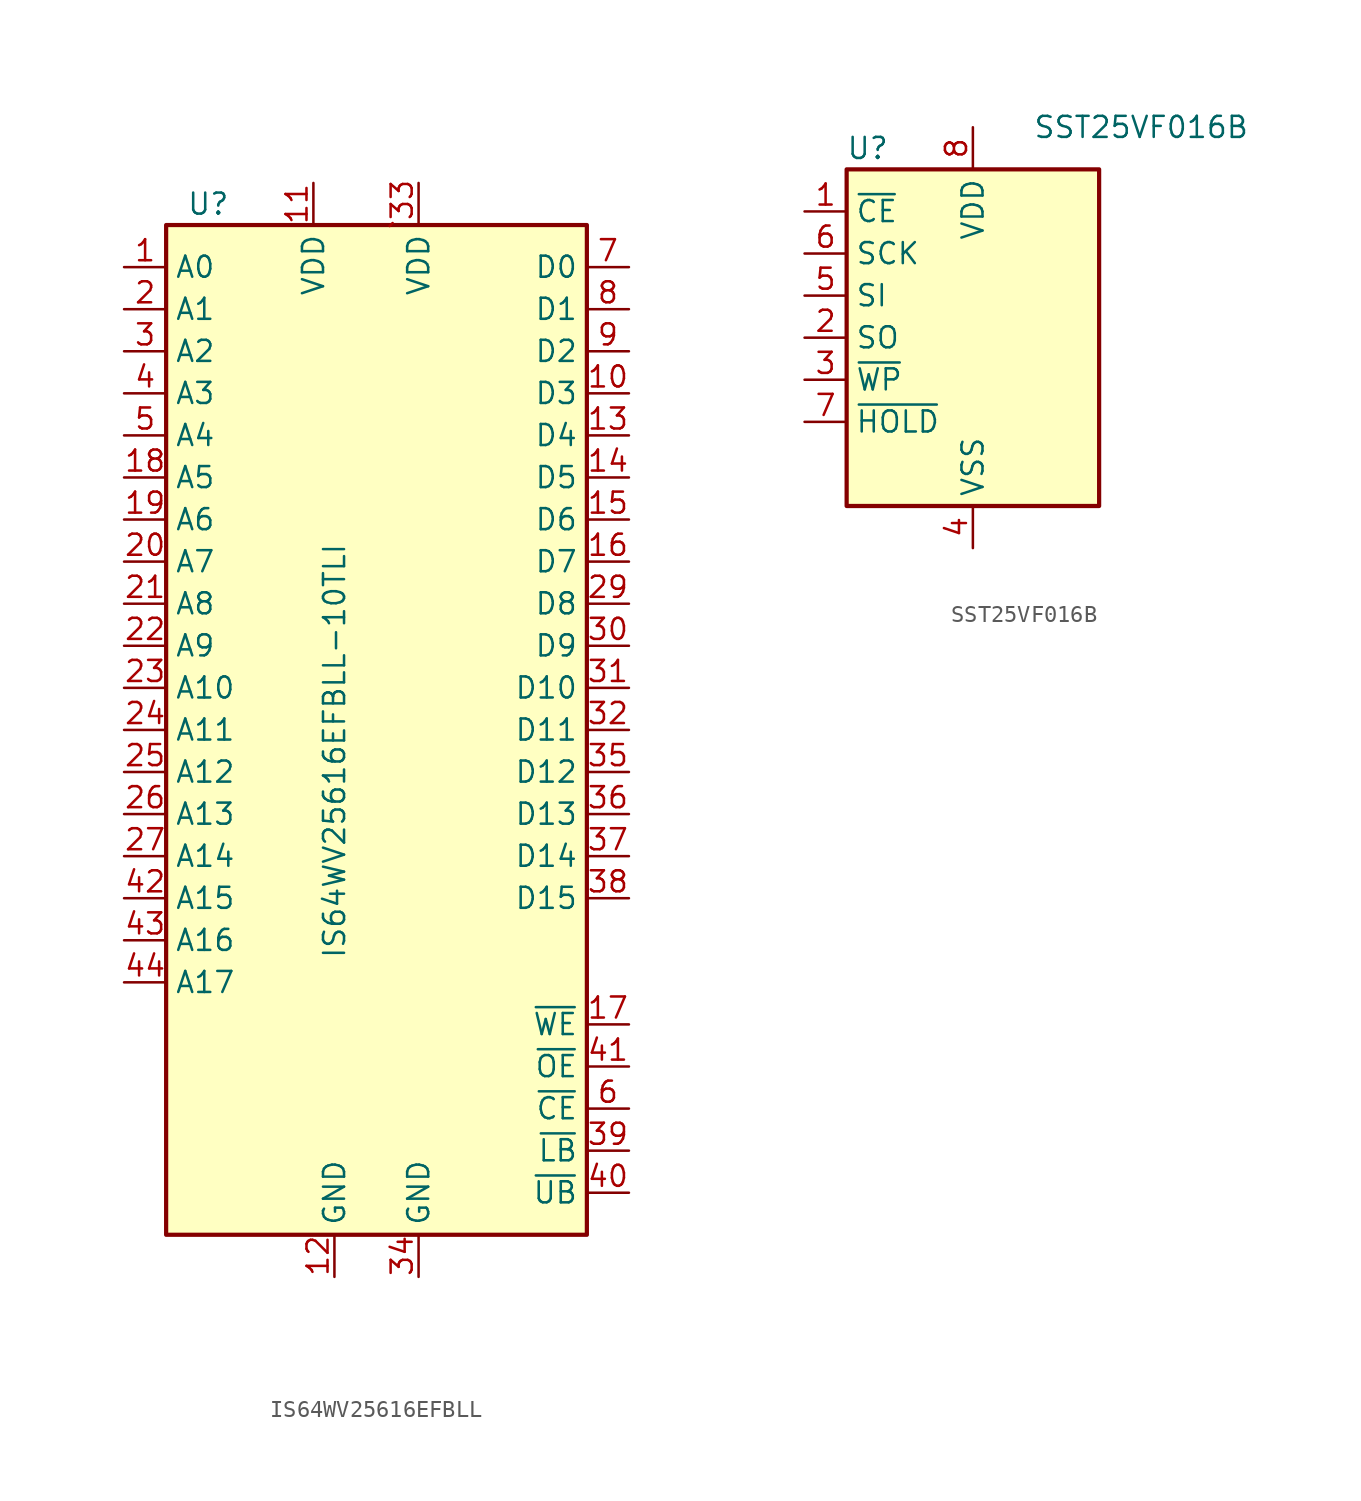
<source format=kicad_sym>
(kicad_symbol_lib
  (version 20220914)
  (generator kicad_symbol_editor)
  (symbol "IS64WV25616EFBLL"
    (property "Reference" "U"
      (at -10.16 31.75 0)
      (effects (font (size 1.27 1.27))))
    (property "Value" "IS64WV25616EFBLL-10TLI"
      (at -2.54 -1.27 90)
      (effects (font (size 1.27 1.27))))
    (symbol "IS64WV25616EFBLL_0_1"
      (rectangle (start -12.7 30.48) (end 12.7 -30.48) (stroke (width 0.254) (type default)) (fill (type background))))
    (symbol "IS64WV25616EFBLL_1_1"
      (pin input line (at -15.24 27.94 0) (length 2.54) (name "A0" (effects (font (size 1.27 1.27)))) (number "1" (effects (font (size 1.27 1.27)))))
      (pin bidirectional line (at 15.24 20.32 180) (length 2.54) (name "D3" (effects (font (size 1.27 1.27)))) (number "10" (effects (font (size 1.27 1.27)))))
      (pin power_in line (at -3.81 33.02 270) (length 2.54) (name "VDD" (effects (font (size 1.27 1.27)))) (number "11" (effects (font (size 1.27 1.27)))))
      (pin power_in line (at -2.54 -33.02 90) (length 2.54) (name "GND" (effects (font (size 1.27 1.27)))) (number "12" (effects (font (size 1.27 1.27)))))
      (pin bidirectional line (at 15.24 17.78 180) (length 2.54) (name "D4" (effects (font (size 1.27 1.27)))) (number "13" (effects (font (size 1.27 1.27)))))
      (pin bidirectional line (at 15.24 15.24 180) (length 2.54) (name "D5" (effects (font (size 1.27 1.27)))) (number "14" (effects (font (size 1.27 1.27)))))
      (pin bidirectional line (at 15.24 12.7 180) (length 2.54) (name "D6" (effects (font (size 1.27 1.27)))) (number "15" (effects (font (size 1.27 1.27)))))
      (pin bidirectional line (at 15.24 10.16 180) (length 2.54) (name "D7" (effects (font (size 1.27 1.27)))) (number "16" (effects (font (size 1.27 1.27)))))
      (pin input line (at 15.24 -17.78 180) (length 2.54) (name "~{WE}" (effects (font (size 1.27 1.27)))) (number "17" (effects (font (size 1.27 1.27)))))
      (pin input line (at -15.24 15.24 0) (length 2.54) (name "A5" (effects (font (size 1.27 1.27)))) (number "18" (effects (font (size 1.27 1.27)))))
      (pin input line (at -15.24 12.7 0) (length 2.54) (name "A6" (effects (font (size 1.27 1.27)))) (number "19" (effects (font (size 1.27 1.27)))))
      (pin input line (at -15.24 25.4 0) (length 2.54) (name "A1" (effects (font (size 1.27 1.27)))) (number "2" (effects (font (size 1.27 1.27)))))
      (pin input line (at -15.24 10.16 0) (length 2.54) (name "A7" (effects (font (size 1.27 1.27)))) (number "20" (effects (font (size 1.27 1.27)))))
      (pin input line (at -15.24 7.62 0) (length 2.54) (name "A8" (effects (font (size 1.27 1.27)))) (number "21" (effects (font (size 1.27 1.27)))))
      (pin input line (at -15.24 5.08 0) (length 2.54) (name "A9" (effects (font (size 1.27 1.27)))) (number "22" (effects (font (size 1.27 1.27)))))
      (pin input line (at -15.24 2.54 0) (length 2.54) (name "A10" (effects (font (size 1.27 1.27)))) (number "23" (effects (font (size 1.27 1.27)))))
      (pin input line (at -15.24 0 0) (length 2.54) (name "A11" (effects (font (size 1.27 1.27)))) (number "24" (effects (font (size 1.27 1.27)))))
      (pin input line (at -15.24 -2.54 0) (length 2.54) (name "A12" (effects (font (size 1.27 1.27)))) (number "25" (effects (font (size 1.27 1.27)))))
      (pin input line (at -15.24 -5.08 0) (length 2.54) (name "A13" (effects (font (size 1.27 1.27)))) (number "26" (effects (font (size 1.27 1.27)))))
      (pin input line (at -15.24 -7.62 0) (length 2.54) (name "A14" (effects (font (size 1.27 1.27)))) (number "27" (effects (font (size 1.27 1.27)))))
      (pin no_connect line (at 15.24 -13.97 180) (length 2.54) hide (name "NC" (effects (font (size 1.27 1.27)))) (number "28" (effects (font (size 1.27 1.27)))))
      (pin bidirectional line (at 15.24 7.62 180) (length 2.54) (name "D8" (effects (font (size 1.27 1.27)))) (number "29" (effects (font (size 1.27 1.27)))))
      (pin input line (at -15.24 22.86 0) (length 2.54) (name "A2" (effects (font (size 1.27 1.27)))) (number "3" (effects (font (size 1.27 1.27)))))
      (pin bidirectional line (at 15.24 5.08 180) (length 2.54) (name "D9" (effects (font (size 1.27 1.27)))) (number "30" (effects (font (size 1.27 1.27)))))
      (pin bidirectional line (at 15.24 2.54 180) (length 2.54) (name "D10" (effects (font (size 1.27 1.27)))) (number "31" (effects (font (size 1.27 1.27)))))
      (pin bidirectional line (at 15.24 0 180) (length 2.54) (name "D11" (effects (font (size 1.27 1.27)))) (number "32" (effects (font (size 1.27 1.27)))))
      (pin power_in line (at 2.54 -33.02 90) (length 2.54) (name "GND" (effects (font (size 1.27 1.27)))) (number "34" (effects (font (size 1.27 1.27)))))
      (pin bidirectional line (at 15.24 -2.54 180) (length 2.54) (name "D12" (effects (font (size 1.27 1.27)))) (number "35" (effects (font (size 1.27 1.27)))))
      (pin bidirectional line (at 15.24 -5.08 180) (length 2.54) (name "D13" (effects (font (size 1.27 1.27)))) (number "36" (effects (font (size 1.27 1.27)))))
      (pin bidirectional line (at 15.24 -7.62 180) (length 2.54) (name "D14" (effects (font (size 1.27 1.27)))) (number "37" (effects (font (size 1.27 1.27)))))
      (pin bidirectional line (at 15.24 -10.16 180) (length 2.54) (name "D15" (effects (font (size 1.27 1.27)))) (number "38" (effects (font (size 1.27 1.27)))))
      (pin input line (at 15.24 -25.4 180) (length 2.54) (name "~{LB}" (effects (font (size 1.27 1.27)))) (number "39" (effects (font (size 1.27 1.27)))))
      (pin input line (at -15.24 20.32 0) (length 2.54) (name "A3" (effects (font (size 1.27 1.27)))) (number "4" (effects (font (size 1.27 1.27)))))
      (pin input line (at 15.24 -27.94 180) (length 2.54) (name "~{UB}" (effects (font (size 1.27 1.27)))) (number "40" (effects (font (size 1.27 1.27)))))
      (pin input line (at 15.24 -20.32 180) (length 2.54) (name "~{OE}" (effects (font (size 1.27 1.27)))) (number "41" (effects (font (size 1.27 1.27)))))
      (pin input line (at -15.24 -10.16 0) (length 2.54) (name "A15" (effects (font (size 1.27 1.27)))) (number "42" (effects (font (size 1.27 1.27)))))
      (pin input line (at -15.24 -12.7 0) (length 2.54) (name "A16" (effects (font (size 1.27 1.27)))) (number "43" (effects (font (size 1.27 1.27)))))
      (pin input line (at -15.24 -15.24 0) (length 2.54) (name "A17" (effects (font (size 1.27 1.27)))) (number "44" (effects (font (size 1.27 1.27)))))
      (pin input line (at -15.24 17.78 0) (length 2.54) (name "A4" (effects (font (size 1.27 1.27)))) (number "5" (effects (font (size 1.27 1.27)))))
      (pin input line (at 15.24 -22.86 180) (length 2.54) (name "~{CE}" (effects (font (size 1.27 1.27)))) (number "6" (effects (font (size 1.27 1.27)))))
      (pin bidirectional line (at 15.24 27.94 180) (length 2.54) (name "D0" (effects (font (size 1.27 1.27)))) (number "7" (effects (font (size 1.27 1.27)))))
      (pin bidirectional line (at 15.24 25.4 180) (length 2.54) (name "D1" (effects (font (size 1.27 1.27)))) (number "8" (effects (font (size 1.27 1.27)))))
      (pin bidirectional line (at 15.24 22.86 180) (length 2.54) (name "D2" (effects (font (size 1.27 1.27)))) (number "9" (effects (font (size 1.27 1.27)))))
      (pin power_in line (at 2.54 33.02 270) (length 2.54) (name "VDD" (effects (font (size 1.27 1.27)))) (number "`33" (effects (font (size 1.27 1.27)))))))
  (symbol "SST25VF016B"
    (property "Reference" "U"
      (at -6.35 11.43 0)
      (effects (font (size 1.27 1.27))))
    (property "Value" "SST25VF016B"
      (at 10.16 12.7 0)
      (effects (font (size 1.27 1.27))))
    (symbol "SST25VF016B_0_1"
      (rectangle (start -7.62 10.16) (end 7.62 -10.16) (stroke (width 0.254) (type default)) (fill (type background))))
    (symbol "SST25VF016B_1_1"
      (pin input line (at -10.16 7.62 0) (length 2.54) (name "~{CE}" (effects (font (size 1.27 1.27)))) (number "1" (effects (font (size 1.27 1.27)))))
      (pin output line (at -10.16 0 0) (length 2.54) (name "SO" (effects (font (size 1.27 1.27)))) (number "2" (effects (font (size 1.27 1.27)))))
      (pin input line (at -10.16 -2.54 0) (length 2.54) (name "~{WP}" (effects (font (size 1.27 1.27)))) (number "3" (effects (font (size 1.27 1.27)))))
      (pin power_in line (at 0 -12.7 90) (length 2.54) (name "VSS" (effects (font (size 1.27 1.27)))) (number "4" (effects (font (size 1.27 1.27)))))
      (pin input line (at -10.16 2.54 0) (length 2.54) (name "SI" (effects (font (size 1.27 1.27)))) (number "5" (effects (font (size 1.27 1.27)))))
      (pin input line (at -10.16 5.08 0) (length 2.54) (name "SCK" (effects (font (size 1.27 1.27)))) (number "6" (effects (font (size 1.27 1.27)))))
      (pin input line (at -10.16 -5.08 0) (length 2.54) (name "~{HOLD}" (effects (font (size 1.27 1.27)))) (number "7" (effects (font (size 1.27 1.27)))))
      (pin power_in line (at 0 12.7 270) (length 2.54) (name "VDD" (effects (font (size 1.27 1.27)))) (number "8" (effects (font (size 1.27 1.27))))))))
</source>
